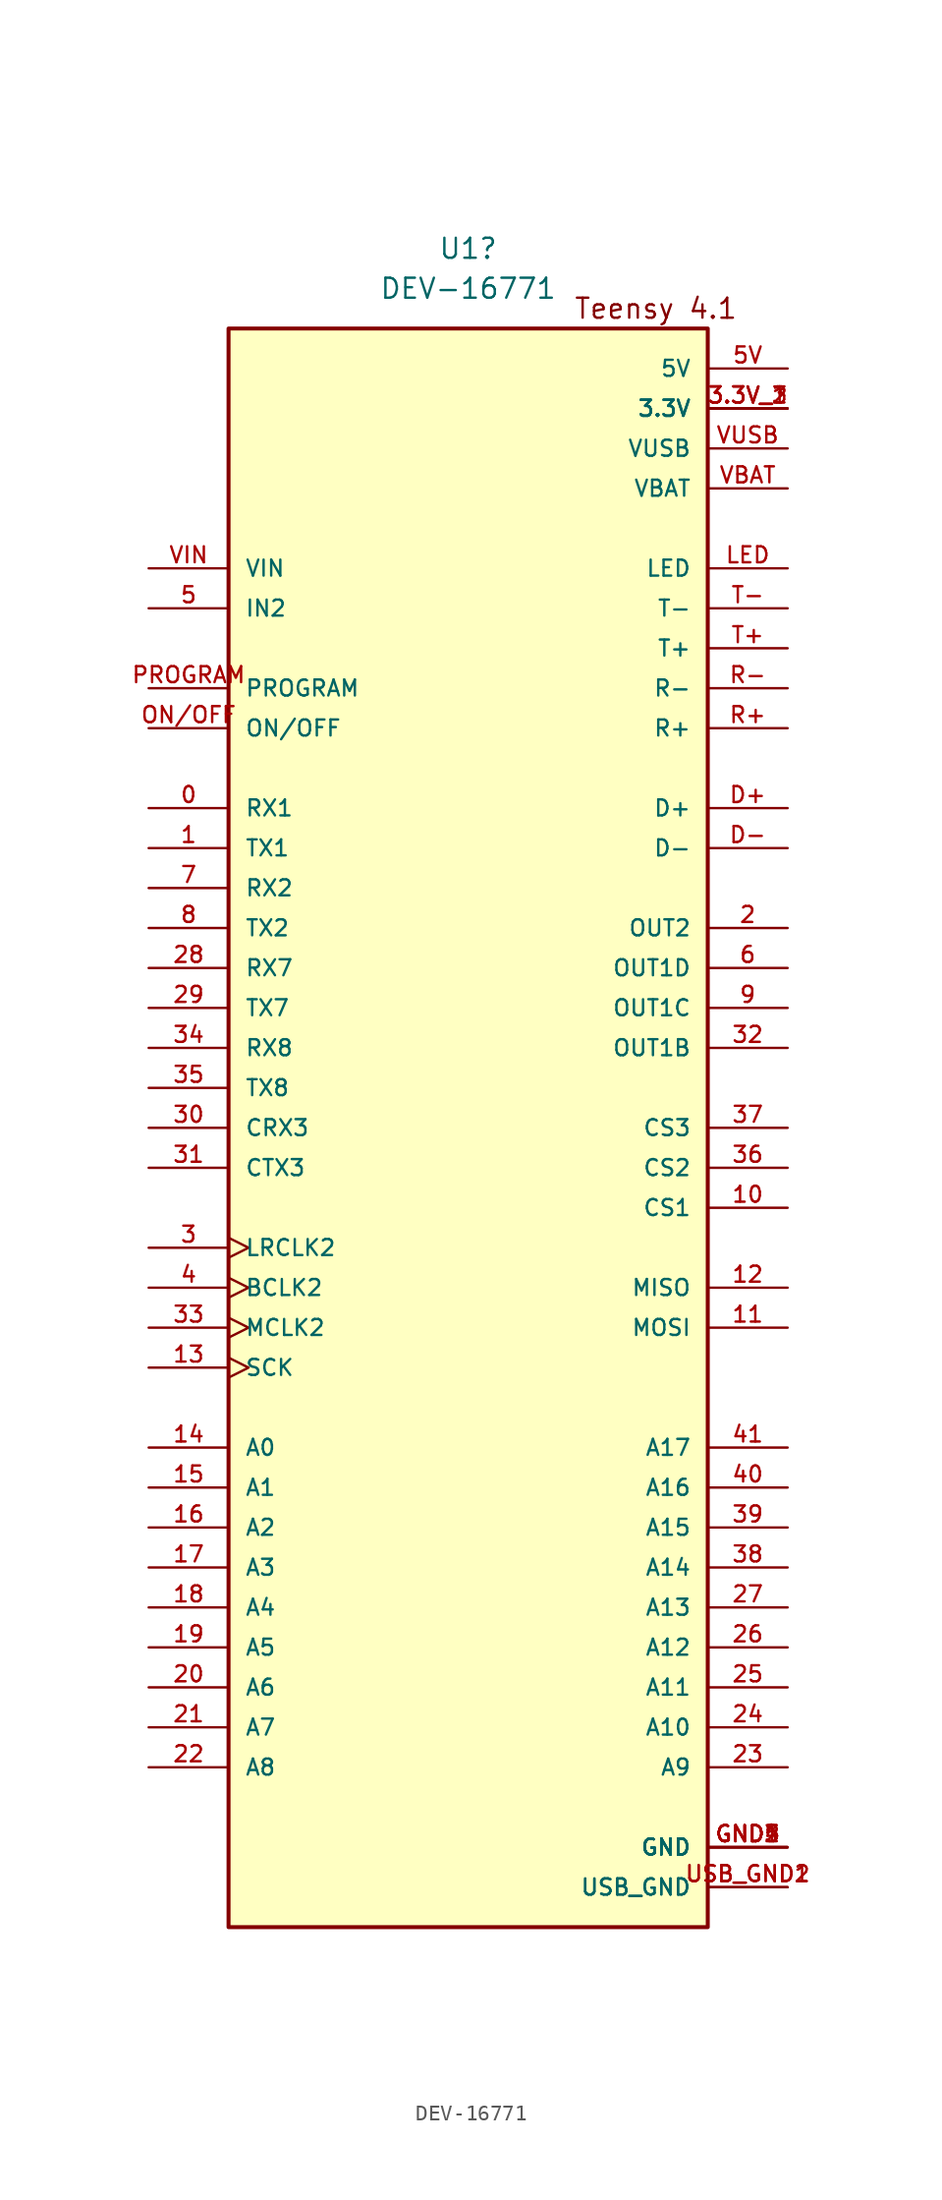
<source format=kicad_sym>
(kicad_symbol_lib
  (version 20231120)
  (generator "kicad_symbol_editor")
  (generator_version "8.0")
  (symbol "DEV-16771"
    (pin_names
      (offset 1.016))
    (property "Reference" "U1"
      (at 0 55.88 0)
      (effects (font (size 1.27 1.27))))
    (property "Value" "DEV-16771"
      (at 0 53.34 0)
      (effects (font (size 1.27 1.27))))
    (symbol "DEV-16771_0_0"
      (rectangle (start -15.24 -50.8) (end 15.24 50.8) (stroke (width 0.254) (type default)) (fill (type background)))
      (pin bidirectional line (at -20.32 20.32 0) (length 5.08) (name "RX1" (effects (font (size 1.016 1.016)))) (number "0" (effects (font (size 1.016 1.016)))))
      (pin bidirectional line (at -20.32 17.78 0) (length 5.08) (name "TX1" (effects (font (size 1.016 1.016)))) (number "1" (effects (font (size 1.016 1.016)))))
      (pin bidirectional line (at 20.32 -5.08 180) (length 5.08) (name "CS1" (effects (font (size 1.016 1.016)))) (number "10" (effects (font (size 1.016 1.016)))))
      (pin bidirectional line (at 20.32 -12.7 180) (length 5.08) (name "MOSI" (effects (font (size 1.016 1.016)))) (number "11" (effects (font (size 1.016 1.016)))))
      (pin bidirectional line (at 20.32 -10.16 180) (length 5.08) (name "MISO" (effects (font (size 1.016 1.016)))) (number "12" (effects (font (size 1.016 1.016)))))
      (pin bidirectional clock (at -20.32 -15.24 0) (length 5.08) (name "SCK" (effects (font (size 1.016 1.016)))) (number "13" (effects (font (size 1.016 1.016)))))
      (pin bidirectional line (at -20.32 -20.32 0) (length 5.08) (name "A0" (effects (font (size 1.016 1.016)))) (number "14" (effects (font (size 1.016 1.016)))))
      (pin bidirectional line (at -20.32 -22.86 0) (length 5.08) (name "A1" (effects (font (size 1.016 1.016)))) (number "15" (effects (font (size 1.016 1.016)))))
      (pin bidirectional line (at -20.32 -25.4 0) (length 5.08) (name "A2" (effects (font (size 1.016 1.016)))) (number "16" (effects (font (size 1.016 1.016)))))
      (pin bidirectional line (at -20.32 -27.94 0) (length 5.08) (name "A3" (effects (font (size 1.016 1.016)))) (number "17" (effects (font (size 1.016 1.016)))))
      (pin bidirectional line (at -20.32 -30.48 0) (length 5.08) (name "A4" (effects (font (size 1.016 1.016)))) (number "18" (effects (font (size 1.016 1.016)))))
      (pin bidirectional line (at -20.32 -33.02 0) (length 5.08) (name "A5" (effects (font (size 1.016 1.016)))) (number "19" (effects (font (size 1.016 1.016)))))
      (pin output line (at 20.32 12.7 180) (length 5.08) (name "OUT2" (effects (font (size 1.016 1.016)))) (number "2" (effects (font (size 1.016 1.016)))))
      (pin bidirectional line (at -20.32 -35.56 0) (length 5.08) (name "A6" (effects (font (size 1.016 1.016)))) (number "20" (effects (font (size 1.016 1.016)))))
      (pin bidirectional line (at -20.32 -38.1 0) (length 5.08) (name "A7" (effects (font (size 1.016 1.016)))) (number "21" (effects (font (size 1.016 1.016)))))
      (pin bidirectional line (at -20.32 -40.64 0) (length 5.08) (name "A8" (effects (font (size 1.016 1.016)))) (number "22" (effects (font (size 1.016 1.016)))))
      (pin bidirectional line (at 20.32 -40.64 180) (length 5.08) (name "A9" (effects (font (size 1.016 1.016)))) (number "23" (effects (font (size 1.016 1.016)))))
      (pin bidirectional line (at 20.32 -38.1 180) (length 5.08) (name "A10" (effects (font (size 1.016 1.016)))) (number "24" (effects (font (size 1.016 1.016)))))
      (pin bidirectional line (at 20.32 -35.56 180) (length 5.08) (name "A11" (effects (font (size 1.016 1.016)))) (number "25" (effects (font (size 1.016 1.016)))))
      (pin bidirectional line (at 20.32 -33.02 180) (length 5.08) (name "A12" (effects (font (size 1.016 1.016)))) (number "26" (effects (font (size 1.016 1.016)))))
      (pin bidirectional line (at 20.32 -30.48 180) (length 5.08) (name "A13" (effects (font (size 1.016 1.016)))) (number "27" (effects (font (size 1.016 1.016)))))
      (pin bidirectional line (at -20.32 10.16 0) (length 5.08) (name "RX7" (effects (font (size 1.016 1.016)))) (number "28" (effects (font (size 1.016 1.016)))))
      (pin bidirectional line (at -20.32 7.62 0) (length 5.08) (name "TX7" (effects (font (size 1.016 1.016)))) (number "29" (effects (font (size 1.016 1.016)))))
      (pin bidirectional clock (at -20.32 -7.62 0) (length 5.08) (name "LRCLK2" (effects (font (size 1.016 1.016)))) (number "3" (effects (font (size 1.016 1.016)))))
      (pin power_in line (at 20.32 45.72 180) (length 5.08) (name "3.3V" (effects (font (size 1.016 1.016)))) (number "3.3V_1" (effects (font (size 1.016 1.016)))))
      (pin power_in line (at 20.32 45.72 180) (length 5.08) (name "3.3V" (effects (font (size 1.016 1.016)))) (number "3.3V_2" (effects (font (size 1.016 1.016)))))
      (pin power_in line (at 20.32 45.72 180) (length 5.08) (name "3.3V" (effects (font (size 1.016 1.016)))) (number "3.3V_3" (effects (font (size 1.016 1.016)))))
      (pin bidirectional line (at -20.32 0 0) (length 5.08) (name "CRX3" (effects (font (size 1.016 1.016)))) (number "30" (effects (font (size 1.016 1.016)))))
      (pin bidirectional line (at -20.32 -2.54 0) (length 5.08) (name "CTX3" (effects (font (size 1.016 1.016)))) (number "31" (effects (font (size 1.016 1.016)))))
      (pin output line (at 20.32 5.08 180) (length 5.08) (name "OUT1B" (effects (font (size 1.016 1.016)))) (number "32" (effects (font (size 1.016 1.016)))))
      (pin bidirectional clock (at -20.32 -12.7 0) (length 5.08) (name "MCLK2" (effects (font (size 1.016 1.016)))) (number "33" (effects (font (size 1.016 1.016)))))
      (pin bidirectional line (at -20.32 5.08 0) (length 5.08) (name "RX8" (effects (font (size 1.016 1.016)))) (number "34" (effects (font (size 1.016 1.016)))))
      (pin bidirectional line (at -20.32 2.54 0) (length 5.08) (name "TX8" (effects (font (size 1.016 1.016)))) (number "35" (effects (font (size 1.016 1.016)))))
      (pin bidirectional line (at 20.32 -2.54 180) (length 5.08) (name "CS2" (effects (font (size 1.016 1.016)))) (number "36" (effects (font (size 1.016 1.016)))))
      (pin bidirectional line (at 20.32 0 180) (length 5.08) (name "CS3" (effects (font (size 1.016 1.016)))) (number "37" (effects (font (size 1.016 1.016)))))
      (pin bidirectional line (at 20.32 -27.94 180) (length 5.08) (name "A14" (effects (font (size 1.016 1.016)))) (number "38" (effects (font (size 1.016 1.016)))))
      (pin bidirectional line (at 20.32 -25.4 180) (length 5.08) (name "A15" (effects (font (size 1.016 1.016)))) (number "39" (effects (font (size 1.016 1.016)))))
      (pin bidirectional clock (at -20.32 -10.16 0) (length 5.08) (name "BCLK2" (effects (font (size 1.016 1.016)))) (number "4" (effects (font (size 1.016 1.016)))))
      (pin bidirectional line (at 20.32 -22.86 180) (length 5.08) (name "A16" (effects (font (size 1.016 1.016)))) (number "40" (effects (font (size 1.016 1.016)))))
      (pin bidirectional line (at 20.32 -20.32 180) (length 5.08) (name "A17" (effects (font (size 1.016 1.016)))) (number "41" (effects (font (size 1.016 1.016)))))
      (pin bidirectional line (at -20.32 33.02 0) (length 5.08) (name "IN2" (effects (font (size 1.016 1.016)))) (number "5" (effects (font (size 1.016 1.016)))))
      (pin power_in line (at 20.32 48.26 180) (length 5.08) (name "5V" (effects (font (size 1.016 1.016)))) (number "5V" (effects (font (size 1.016 1.016)))))
      (pin output line (at 20.32 10.16 180) (length 5.08) (name "OUT1D" (effects (font (size 1.016 1.016)))) (number "6" (effects (font (size 1.016 1.016)))))
      (pin bidirectional line (at -20.32 15.24 0) (length 5.08) (name "RX2" (effects (font (size 1.016 1.016)))) (number "7" (effects (font (size 1.016 1.016)))))
      (pin bidirectional line (at -20.32 12.7 0) (length 5.08) (name "TX2" (effects (font (size 1.016 1.016)))) (number "8" (effects (font (size 1.016 1.016)))))
      (pin output line (at 20.32 7.62 180) (length 5.08) (name "OUT1C" (effects (font (size 1.016 1.016)))) (number "9" (effects (font (size 1.016 1.016)))))
      (pin bidirectional line (at 20.32 20.32 180) (length 5.08) (name "D+" (effects (font (size 1.016 1.016)))) (number "D+" (effects (font (size 1.016 1.016)))))
      (pin bidirectional line (at 20.32 17.78 180) (length 5.08) (name "D-" (effects (font (size 1.016 1.016)))) (number "D-" (effects (font (size 1.016 1.016)))))
      (pin power_in line (at 20.32 -45.72 180) (length 5.08) (name "GND" (effects (font (size 1.016 1.016)))) (number "GND1" (effects (font (size 1.016 1.016)))))
      (pin power_in line (at 20.32 -45.72 180) (length 5.08) (name "GND" (effects (font (size 1.016 1.016)))) (number "GND2" (effects (font (size 1.016 1.016)))))
      (pin power_in line (at 20.32 -45.72 180) (length 5.08) (name "GND" (effects (font (size 1.016 1.016)))) (number "GND3" (effects (font (size 1.016 1.016)))))
      (pin power_in line (at 20.32 -45.72 180) (length 5.08) (name "GND" (effects (font (size 1.016 1.016)))) (number "GND4" (effects (font (size 1.016 1.016)))))
      (pin power_in line (at 20.32 -45.72 180) (length 5.08) (name "GND" (effects (font (size 1.016 1.016)))) (number "GND5" (effects (font (size 1.016 1.016)))))
      (pin bidirectional line (at 20.32 35.56 180) (length 5.08) (name "LED" (effects (font (size 1.016 1.016)))) (number "LED" (effects (font (size 1.016 1.016)))))
      (pin bidirectional line (at -20.32 25.4 0) (length 5.08) (name "ON/OFF" (effects (font (size 1.016 1.016)))) (number "ON/OFF" (effects (font (size 1.016 1.016)))))
      (pin bidirectional line (at -20.32 27.94 0) (length 5.08) (name "PROGRAM" (effects (font (size 1.016 1.016)))) (number "PROGRAM" (effects (font (size 1.016 1.016)))))
      (pin bidirectional line (at 20.32 25.4 180) (length 5.08) (name "R+" (effects (font (size 1.016 1.016)))) (number "R+" (effects (font (size 1.016 1.016)))))
      (pin bidirectional line (at 20.32 27.94 180) (length 5.08) (name "R-" (effects (font (size 1.016 1.016)))) (number "R-" (effects (font (size 1.016 1.016)))))
      (pin bidirectional line (at 20.32 30.48 180) (length 5.08) (name "T+" (effects (font (size 1.016 1.016)))) (number "T+" (effects (font (size 1.016 1.016)))))
      (pin bidirectional line (at 20.32 33.02 180) (length 5.08) (name "T-" (effects (font (size 1.016 1.016)))) (number "T-" (effects (font (size 1.016 1.016)))))
      (pin power_in line (at 20.32 -48.26 180) (length 5.08) (name "USB_GND" (effects (font (size 1.016 1.016)))) (number "USB_GND1" (effects (font (size 1.016 1.016)))))
      (pin power_in line (at 20.32 -48.26 180) (length 5.08) (name "USB_GND" (effects (font (size 1.016 1.016)))) (number "USB_GND2" (effects (font (size 1.016 1.016)))))
      (pin passive line (at 20.32 40.64 180) (length 5.08) (name "VBAT" (effects (font (size 1.016 1.016)))) (number "VBAT" (effects (font (size 1.016 1.016)))))
      (pin input line (at -20.32 35.56 0) (length 5.08) (name "VIN" (effects (font (size 1.016 1.016)))) (number "VIN" (effects (font (size 1.016 1.016)))))
      (pin passive line (at 20.32 43.18 180) (length 5.08) (name "VUSB" (effects (font (size 1.016 1.016)))) (number "VUSB" (effects (font (size 1.016 1.016))))))
    (symbol "DEV-16771_1_1"
      (text "Teensy 4.1" (at 11.938 52.07 0) (effects (font (size 1.27 1.27)))))))
</source>
